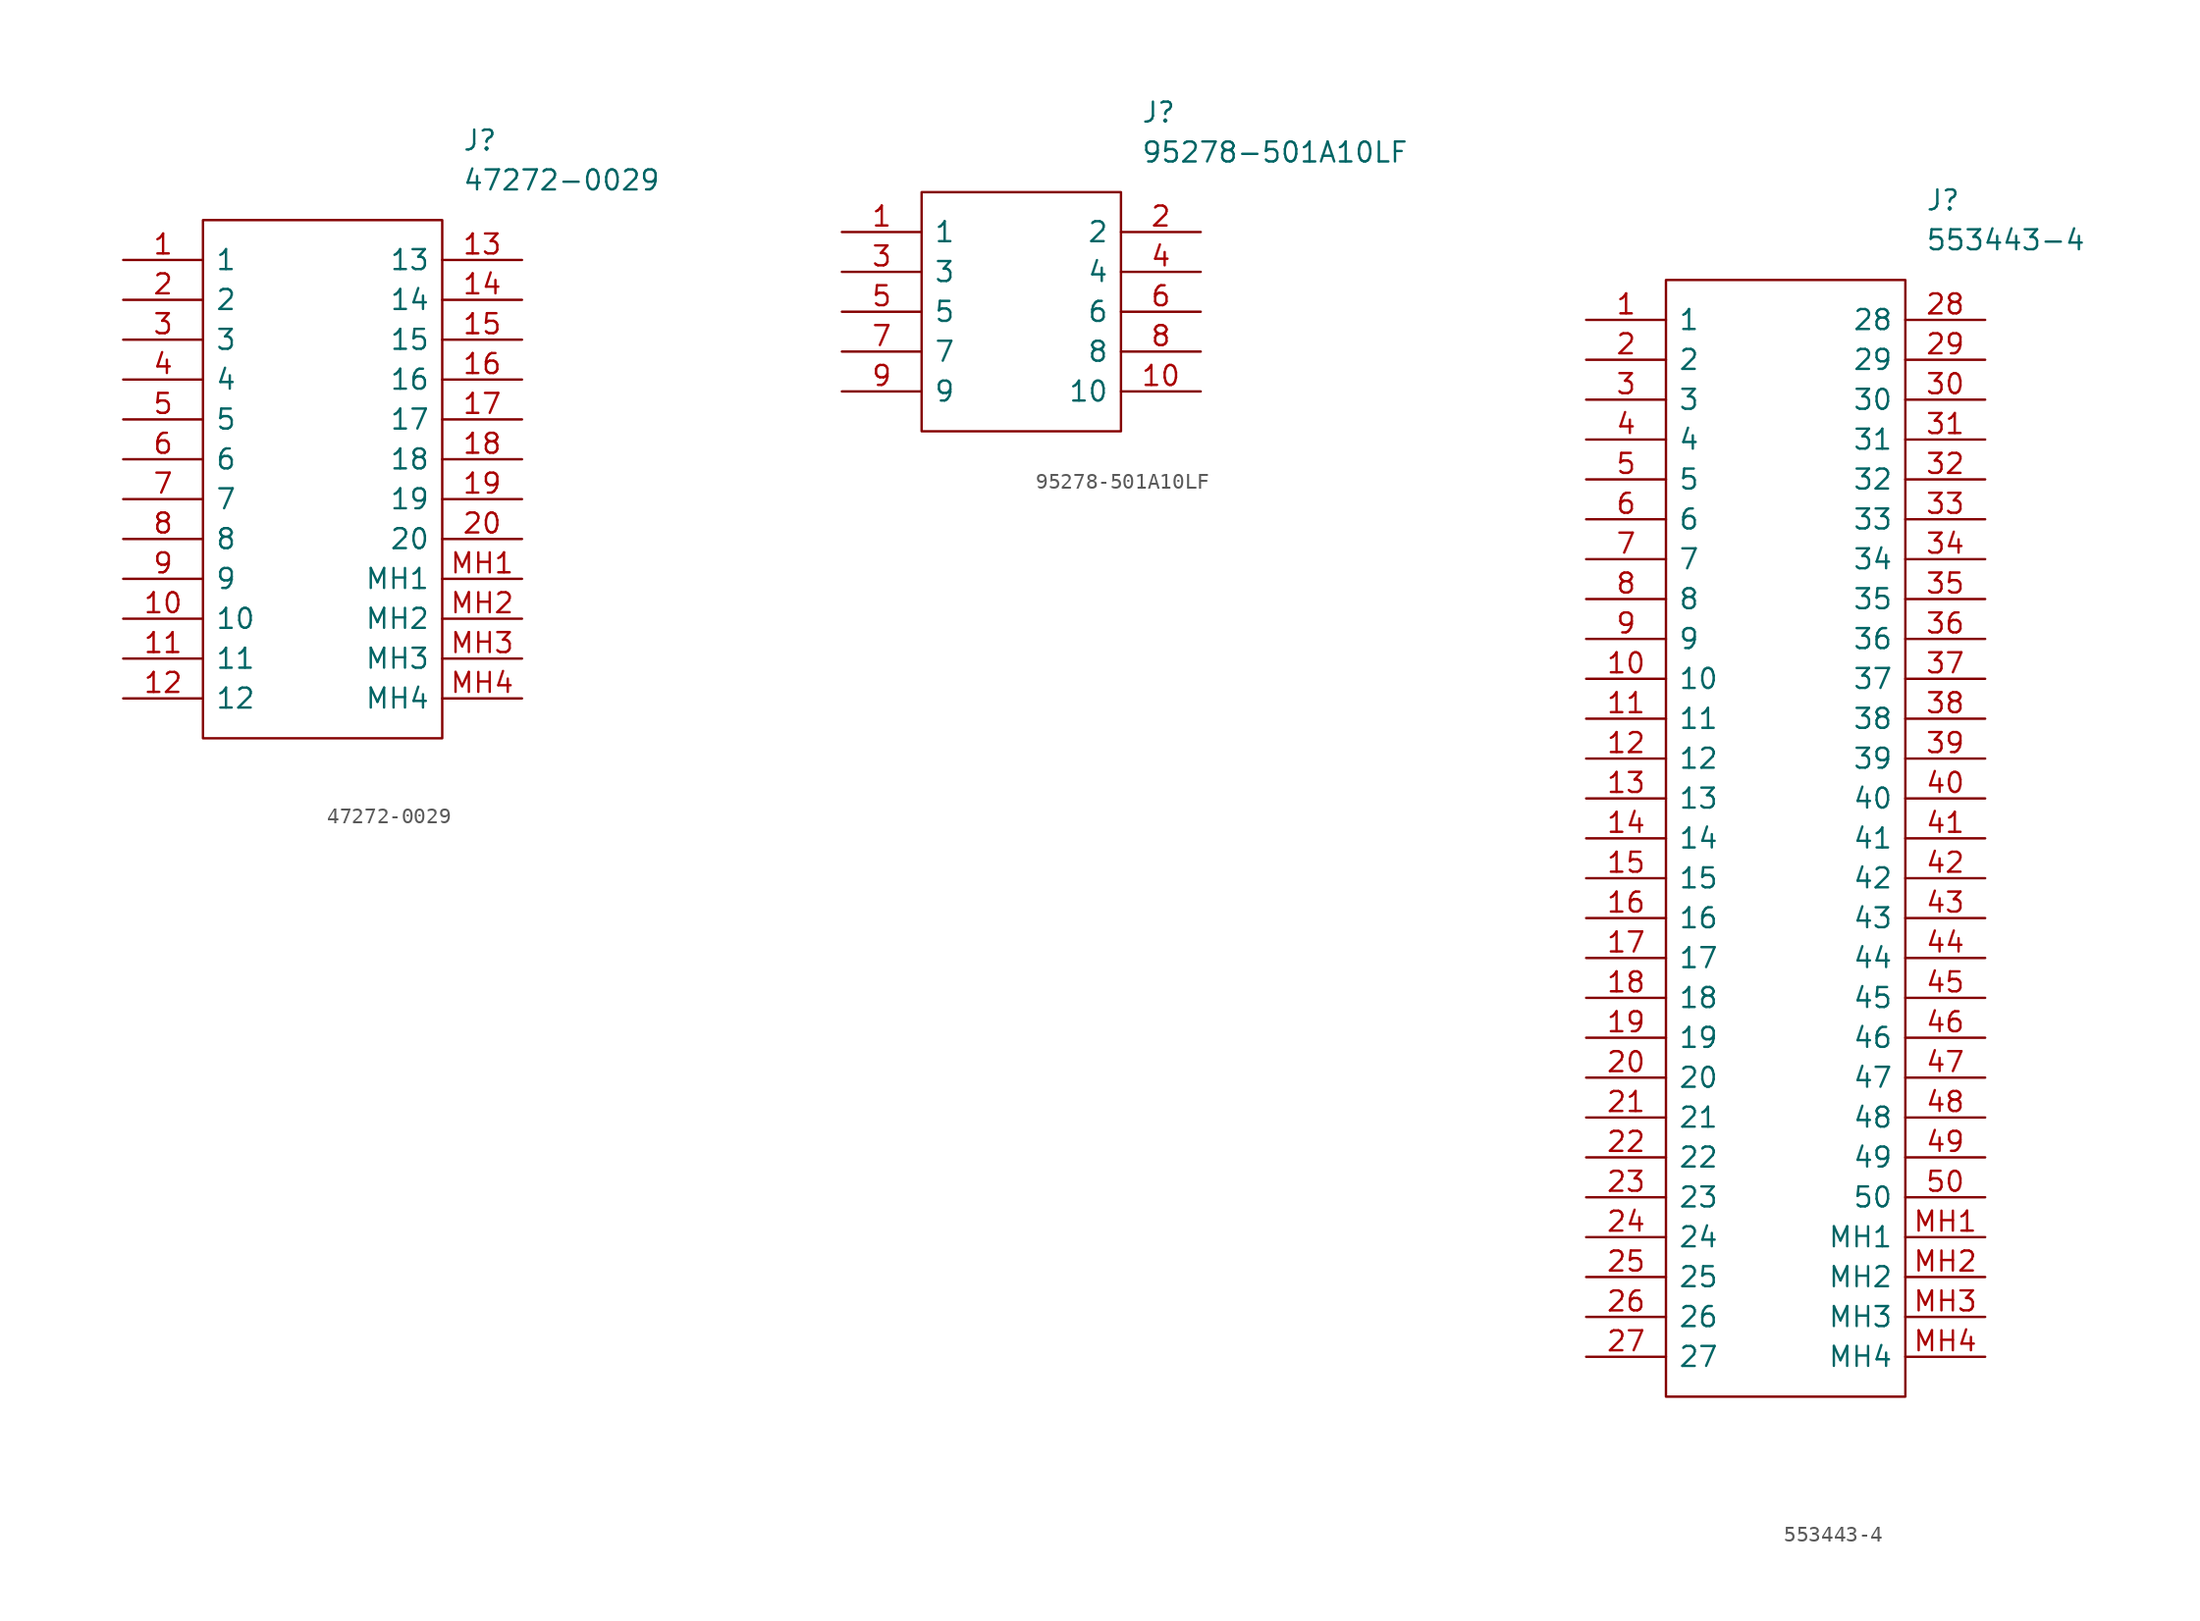
<source format=kicad_sym>
(kicad_symbol_lib
  (version 20211014)
  (generator kicad_symbol_editor)
  (symbol "47272-0029"
    (pin_names
      (offset 0.762))
    (property "Reference" "J"
      (at 21.59 7.62 0)
      (effects (font (size 1.27 1.27)) (justify left)))
    (property "Value" "47272-0029"
      (at 21.59 5.08 0)
      (effects (font (size 1.27 1.27)) (justify left)))
    (symbol "47272-0029_0_0"
      (pin passive line (at 0 0 0) (length 5.08) (name "1" (effects (font (size 1.27 1.27)))) (number "1" (effects (font (size 1.27 1.27)))))
      (pin passive line (at 0 -22.86 0) (length 5.08) (name "10" (effects (font (size 1.27 1.27)))) (number "10" (effects (font (size 1.27 1.27)))))
      (pin passive line (at 0 -25.4 0) (length 5.08) (name "11" (effects (font (size 1.27 1.27)))) (number "11" (effects (font (size 1.27 1.27)))))
      (pin passive line (at 0 -27.94 0) (length 5.08) (name "12" (effects (font (size 1.27 1.27)))) (number "12" (effects (font (size 1.27 1.27)))))
      (pin passive line (at 25.4 0 180) (length 5.08) (name "13" (effects (font (size 1.27 1.27)))) (number "13" (effects (font (size 1.27 1.27)))))
      (pin passive line (at 25.4 -2.54 180) (length 5.08) (name "14" (effects (font (size 1.27 1.27)))) (number "14" (effects (font (size 1.27 1.27)))))
      (pin passive line (at 25.4 -5.08 180) (length 5.08) (name "15" (effects (font (size 1.27 1.27)))) (number "15" (effects (font (size 1.27 1.27)))))
      (pin passive line (at 25.4 -7.62 180) (length 5.08) (name "16" (effects (font (size 1.27 1.27)))) (number "16" (effects (font (size 1.27 1.27)))))
      (pin passive line (at 25.4 -10.16 180) (length 5.08) (name "17" (effects (font (size 1.27 1.27)))) (number "17" (effects (font (size 1.27 1.27)))))
      (pin passive line (at 25.4 -12.7 180) (length 5.08) (name "18" (effects (font (size 1.27 1.27)))) (number "18" (effects (font (size 1.27 1.27)))))
      (pin passive line (at 25.4 -15.24 180) (length 5.08) (name "19" (effects (font (size 1.27 1.27)))) (number "19" (effects (font (size 1.27 1.27)))))
      (pin passive line (at 0 -2.54 0) (length 5.08) (name "2" (effects (font (size 1.27 1.27)))) (number "2" (effects (font (size 1.27 1.27)))))
      (pin passive line (at 25.4 -17.78 180) (length 5.08) (name "20" (effects (font (size 1.27 1.27)))) (number "20" (effects (font (size 1.27 1.27)))))
      (pin passive line (at 0 -5.08 0) (length 5.08) (name "3" (effects (font (size 1.27 1.27)))) (number "3" (effects (font (size 1.27 1.27)))))
      (pin passive line (at 0 -7.62 0) (length 5.08) (name "4" (effects (font (size 1.27 1.27)))) (number "4" (effects (font (size 1.27 1.27)))))
      (pin passive line (at 0 -10.16 0) (length 5.08) (name "5" (effects (font (size 1.27 1.27)))) (number "5" (effects (font (size 1.27 1.27)))))
      (pin passive line (at 0 -12.7 0) (length 5.08) (name "6" (effects (font (size 1.27 1.27)))) (number "6" (effects (font (size 1.27 1.27)))))
      (pin passive line (at 0 -15.24 0) (length 5.08) (name "7" (effects (font (size 1.27 1.27)))) (number "7" (effects (font (size 1.27 1.27)))))
      (pin passive line (at 0 -17.78 0) (length 5.08) (name "8" (effects (font (size 1.27 1.27)))) (number "8" (effects (font (size 1.27 1.27)))))
      (pin passive line (at 0 -20.32 0) (length 5.08) (name "9" (effects (font (size 1.27 1.27)))) (number "9" (effects (font (size 1.27 1.27)))))
      (pin passive line (at 25.4 -20.32 180) (length 5.08) (name "MH1" (effects (font (size 1.27 1.27)))) (number "MH1" (effects (font (size 1.27 1.27)))))
      (pin passive line (at 25.4 -22.86 180) (length 5.08) (name "MH2" (effects (font (size 1.27 1.27)))) (number "MH2" (effects (font (size 1.27 1.27)))))
      (pin passive line (at 25.4 -25.4 180) (length 5.08) (name "MH3" (effects (font (size 1.27 1.27)))) (number "MH3" (effects (font (size 1.27 1.27)))))
      (pin passive line (at 25.4 -27.94 180) (length 5.08) (name "MH4" (effects (font (size 1.27 1.27)))) (number "MH4" (effects (font (size 1.27 1.27))))))
    (symbol "47272-0029_0_1"
      (polyline (pts (xy 5.08 2.54) (xy 20.32 2.54) (xy 20.32 -30.48) (xy 5.08 -30.48) (xy 5.08 2.54)) (stroke (width 0.152) (type default) (color 0 0 0 0)) (fill (type none)))))
  (symbol "95278-501A10LF"
    (pin_names
      (offset 0.762))
    (property "Reference" "J"
      (at 19.05 7.62 0)
      (effects (font (size 1.27 1.27)) (justify left)))
    (property "Value" "95278-501A10LF"
      (at 19.05 5.08 0)
      (effects (font (size 1.27 1.27)) (justify left)))
    (symbol "95278-501A10LF_0_0"
      (pin passive line (at 0 0 0) (length 5.08) (name "1" (effects (font (size 1.27 1.27)))) (number "1" (effects (font (size 1.27 1.27)))))
      (pin passive line (at 22.86 -10.16 180) (length 5.08) (name "10" (effects (font (size 1.27 1.27)))) (number "10" (effects (font (size 1.27 1.27)))))
      (pin passive line (at 22.86 0 180) (length 5.08) (name "2" (effects (font (size 1.27 1.27)))) (number "2" (effects (font (size 1.27 1.27)))))
      (pin passive line (at 0 -2.54 0) (length 5.08) (name "3" (effects (font (size 1.27 1.27)))) (number "3" (effects (font (size 1.27 1.27)))))
      (pin passive line (at 22.86 -2.54 180) (length 5.08) (name "4" (effects (font (size 1.27 1.27)))) (number "4" (effects (font (size 1.27 1.27)))))
      (pin passive line (at 0 -5.08 0) (length 5.08) (name "5" (effects (font (size 1.27 1.27)))) (number "5" (effects (font (size 1.27 1.27)))))
      (pin passive line (at 22.86 -5.08 180) (length 5.08) (name "6" (effects (font (size 1.27 1.27)))) (number "6" (effects (font (size 1.27 1.27)))))
      (pin passive line (at 0 -7.62 0) (length 5.08) (name "7" (effects (font (size 1.27 1.27)))) (number "7" (effects (font (size 1.27 1.27)))))
      (pin passive line (at 22.86 -7.62 180) (length 5.08) (name "8" (effects (font (size 1.27 1.27)))) (number "8" (effects (font (size 1.27 1.27)))))
      (pin passive line (at 0 -10.16 0) (length 5.08) (name "9" (effects (font (size 1.27 1.27)))) (number "9" (effects (font (size 1.27 1.27))))))
    (symbol "95278-501A10LF_0_1"
      (polyline (pts (xy 5.08 2.54) (xy 17.78 2.54) (xy 17.78 -12.7) (xy 5.08 -12.7) (xy 5.08 2.54)) (stroke (width 0.152) (type default) (color 0 0 0 0)) (fill (type none)))))
  (symbol "553443-4"
    (pin_names
      (offset 0.762))
    (property "Reference" "J"
      (at 21.59 7.62 0)
      (effects (font (size 1.27 1.27)) (justify left)))
    (property "Value" "553443-4"
      (at 21.59 5.08 0)
      (effects (font (size 1.27 1.27)) (justify left)))
    (symbol "553443-4_0_0"
      (pin passive line (at 0 0 0) (length 5.08) (name "1" (effects (font (size 1.27 1.27)))) (number "1" (effects (font (size 1.27 1.27)))))
      (pin passive line (at 0 -22.86 0) (length 5.08) (name "10" (effects (font (size 1.27 1.27)))) (number "10" (effects (font (size 1.27 1.27)))))
      (pin passive line (at 0 -25.4 0) (length 5.08) (name "11" (effects (font (size 1.27 1.27)))) (number "11" (effects (font (size 1.27 1.27)))))
      (pin passive line (at 0 -27.94 0) (length 5.08) (name "12" (effects (font (size 1.27 1.27)))) (number "12" (effects (font (size 1.27 1.27)))))
      (pin passive line (at 0 -30.48 0) (length 5.08) (name "13" (effects (font (size 1.27 1.27)))) (number "13" (effects (font (size 1.27 1.27)))))
      (pin passive line (at 0 -33.02 0) (length 5.08) (name "14" (effects (font (size 1.27 1.27)))) (number "14" (effects (font (size 1.27 1.27)))))
      (pin passive line (at 0 -35.56 0) (length 5.08) (name "15" (effects (font (size 1.27 1.27)))) (number "15" (effects (font (size 1.27 1.27)))))
      (pin passive line (at 0 -38.1 0) (length 5.08) (name "16" (effects (font (size 1.27 1.27)))) (number "16" (effects (font (size 1.27 1.27)))))
      (pin passive line (at 0 -40.64 0) (length 5.08) (name "17" (effects (font (size 1.27 1.27)))) (number "17" (effects (font (size 1.27 1.27)))))
      (pin passive line (at 0 -43.18 0) (length 5.08) (name "18" (effects (font (size 1.27 1.27)))) (number "18" (effects (font (size 1.27 1.27)))))
      (pin passive line (at 0 -45.72 0) (length 5.08) (name "19" (effects (font (size 1.27 1.27)))) (number "19" (effects (font (size 1.27 1.27)))))
      (pin passive line (at 0 -2.54 0) (length 5.08) (name "2" (effects (font (size 1.27 1.27)))) (number "2" (effects (font (size 1.27 1.27)))))
      (pin passive line (at 0 -48.26 0) (length 5.08) (name "20" (effects (font (size 1.27 1.27)))) (number "20" (effects (font (size 1.27 1.27)))))
      (pin passive line (at 0 -50.8 0) (length 5.08) (name "21" (effects (font (size 1.27 1.27)))) (number "21" (effects (font (size 1.27 1.27)))))
      (pin passive line (at 0 -53.34 0) (length 5.08) (name "22" (effects (font (size 1.27 1.27)))) (number "22" (effects (font (size 1.27 1.27)))))
      (pin passive line (at 0 -55.88 0) (length 5.08) (name "23" (effects (font (size 1.27 1.27)))) (number "23" (effects (font (size 1.27 1.27)))))
      (pin passive line (at 0 -58.42 0) (length 5.08) (name "24" (effects (font (size 1.27 1.27)))) (number "24" (effects (font (size 1.27 1.27)))))
      (pin passive line (at 0 -60.96 0) (length 5.08) (name "25" (effects (font (size 1.27 1.27)))) (number "25" (effects (font (size 1.27 1.27)))))
      (pin passive line (at 0 -63.5 0) (length 5.08) (name "26" (effects (font (size 1.27 1.27)))) (number "26" (effects (font (size 1.27 1.27)))))
      (pin passive line (at 0 -66.04 0) (length 5.08) (name "27" (effects (font (size 1.27 1.27)))) (number "27" (effects (font (size 1.27 1.27)))))
      (pin passive line (at 25.4 0 180) (length 5.08) (name "28" (effects (font (size 1.27 1.27)))) (number "28" (effects (font (size 1.27 1.27)))))
      (pin passive line (at 25.4 -2.54 180) (length 5.08) (name "29" (effects (font (size 1.27 1.27)))) (number "29" (effects (font (size 1.27 1.27)))))
      (pin passive line (at 0 -5.08 0) (length 5.08) (name "3" (effects (font (size 1.27 1.27)))) (number "3" (effects (font (size 1.27 1.27)))))
      (pin passive line (at 25.4 -5.08 180) (length 5.08) (name "30" (effects (font (size 1.27 1.27)))) (number "30" (effects (font (size 1.27 1.27)))))
      (pin passive line (at 25.4 -7.62 180) (length 5.08) (name "31" (effects (font (size 1.27 1.27)))) (number "31" (effects (font (size 1.27 1.27)))))
      (pin passive line (at 25.4 -10.16 180) (length 5.08) (name "32" (effects (font (size 1.27 1.27)))) (number "32" (effects (font (size 1.27 1.27)))))
      (pin passive line (at 25.4 -12.7 180) (length 5.08) (name "33" (effects (font (size 1.27 1.27)))) (number "33" (effects (font (size 1.27 1.27)))))
      (pin passive line (at 25.4 -15.24 180) (length 5.08) (name "34" (effects (font (size 1.27 1.27)))) (number "34" (effects (font (size 1.27 1.27)))))
      (pin passive line (at 25.4 -17.78 180) (length 5.08) (name "35" (effects (font (size 1.27 1.27)))) (number "35" (effects (font (size 1.27 1.27)))))
      (pin passive line (at 25.4 -20.32 180) (length 5.08) (name "36" (effects (font (size 1.27 1.27)))) (number "36" (effects (font (size 1.27 1.27)))))
      (pin passive line (at 25.4 -22.86 180) (length 5.08) (name "37" (effects (font (size 1.27 1.27)))) (number "37" (effects (font (size 1.27 1.27)))))
      (pin passive line (at 25.4 -25.4 180) (length 5.08) (name "38" (effects (font (size 1.27 1.27)))) (number "38" (effects (font (size 1.27 1.27)))))
      (pin passive line (at 25.4 -27.94 180) (length 5.08) (name "39" (effects (font (size 1.27 1.27)))) (number "39" (effects (font (size 1.27 1.27)))))
      (pin passive line (at 0 -7.62 0) (length 5.08) (name "4" (effects (font (size 1.27 1.27)))) (number "4" (effects (font (size 1.27 1.27)))))
      (pin passive line (at 25.4 -30.48 180) (length 5.08) (name "40" (effects (font (size 1.27 1.27)))) (number "40" (effects (font (size 1.27 1.27)))))
      (pin passive line (at 25.4 -33.02 180) (length 5.08) (name "41" (effects (font (size 1.27 1.27)))) (number "41" (effects (font (size 1.27 1.27)))))
      (pin passive line (at 25.4 -35.56 180) (length 5.08) (name "42" (effects (font (size 1.27 1.27)))) (number "42" (effects (font (size 1.27 1.27)))))
      (pin passive line (at 25.4 -38.1 180) (length 5.08) (name "43" (effects (font (size 1.27 1.27)))) (number "43" (effects (font (size 1.27 1.27)))))
      (pin passive line (at 25.4 -40.64 180) (length 5.08) (name "44" (effects (font (size 1.27 1.27)))) (number "44" (effects (font (size 1.27 1.27)))))
      (pin passive line (at 25.4 -43.18 180) (length 5.08) (name "45" (effects (font (size 1.27 1.27)))) (number "45" (effects (font (size 1.27 1.27)))))
      (pin passive line (at 25.4 -45.72 180) (length 5.08) (name "46" (effects (font (size 1.27 1.27)))) (number "46" (effects (font (size 1.27 1.27)))))
      (pin passive line (at 25.4 -48.26 180) (length 5.08) (name "47" (effects (font (size 1.27 1.27)))) (number "47" (effects (font (size 1.27 1.27)))))
      (pin passive line (at 25.4 -50.8 180) (length 5.08) (name "48" (effects (font (size 1.27 1.27)))) (number "48" (effects (font (size 1.27 1.27)))))
      (pin passive line (at 25.4 -53.34 180) (length 5.08) (name "49" (effects (font (size 1.27 1.27)))) (number "49" (effects (font (size 1.27 1.27)))))
      (pin passive line (at 0 -10.16 0) (length 5.08) (name "5" (effects (font (size 1.27 1.27)))) (number "5" (effects (font (size 1.27 1.27)))))
      (pin passive line (at 25.4 -55.88 180) (length 5.08) (name "50" (effects (font (size 1.27 1.27)))) (number "50" (effects (font (size 1.27 1.27)))))
      (pin passive line (at 0 -12.7 0) (length 5.08) (name "6" (effects (font (size 1.27 1.27)))) (number "6" (effects (font (size 1.27 1.27)))))
      (pin passive line (at 0 -15.24 0) (length 5.08) (name "7" (effects (font (size 1.27 1.27)))) (number "7" (effects (font (size 1.27 1.27)))))
      (pin passive line (at 0 -17.78 0) (length 5.08) (name "8" (effects (font (size 1.27 1.27)))) (number "8" (effects (font (size 1.27 1.27)))))
      (pin passive line (at 0 -20.32 0) (length 5.08) (name "9" (effects (font (size 1.27 1.27)))) (number "9" (effects (font (size 1.27 1.27)))))
      (pin passive line (at 25.4 -58.42 180) (length 5.08) (name "MH1" (effects (font (size 1.27 1.27)))) (number "MH1" (effects (font (size 1.27 1.27)))))
      (pin passive line (at 25.4 -60.96 180) (length 5.08) (name "MH2" (effects (font (size 1.27 1.27)))) (number "MH2" (effects (font (size 1.27 1.27)))))
      (pin passive line (at 25.4 -63.5 180) (length 5.08) (name "MH3" (effects (font (size 1.27 1.27)))) (number "MH3" (effects (font (size 1.27 1.27)))))
      (pin passive line (at 25.4 -66.04 180) (length 5.08) (name "MH4" (effects (font (size 1.27 1.27)))) (number "MH4" (effects (font (size 1.27 1.27))))))
    (symbol "553443-4_0_1"
      (polyline (pts (xy 5.08 2.54) (xy 20.32 2.54) (xy 20.32 -68.58) (xy 5.08 -68.58) (xy 5.08 2.54)) (stroke (width 0.152) (type default) (color 0 0 0 0)) (fill (type none))))))
</source>
